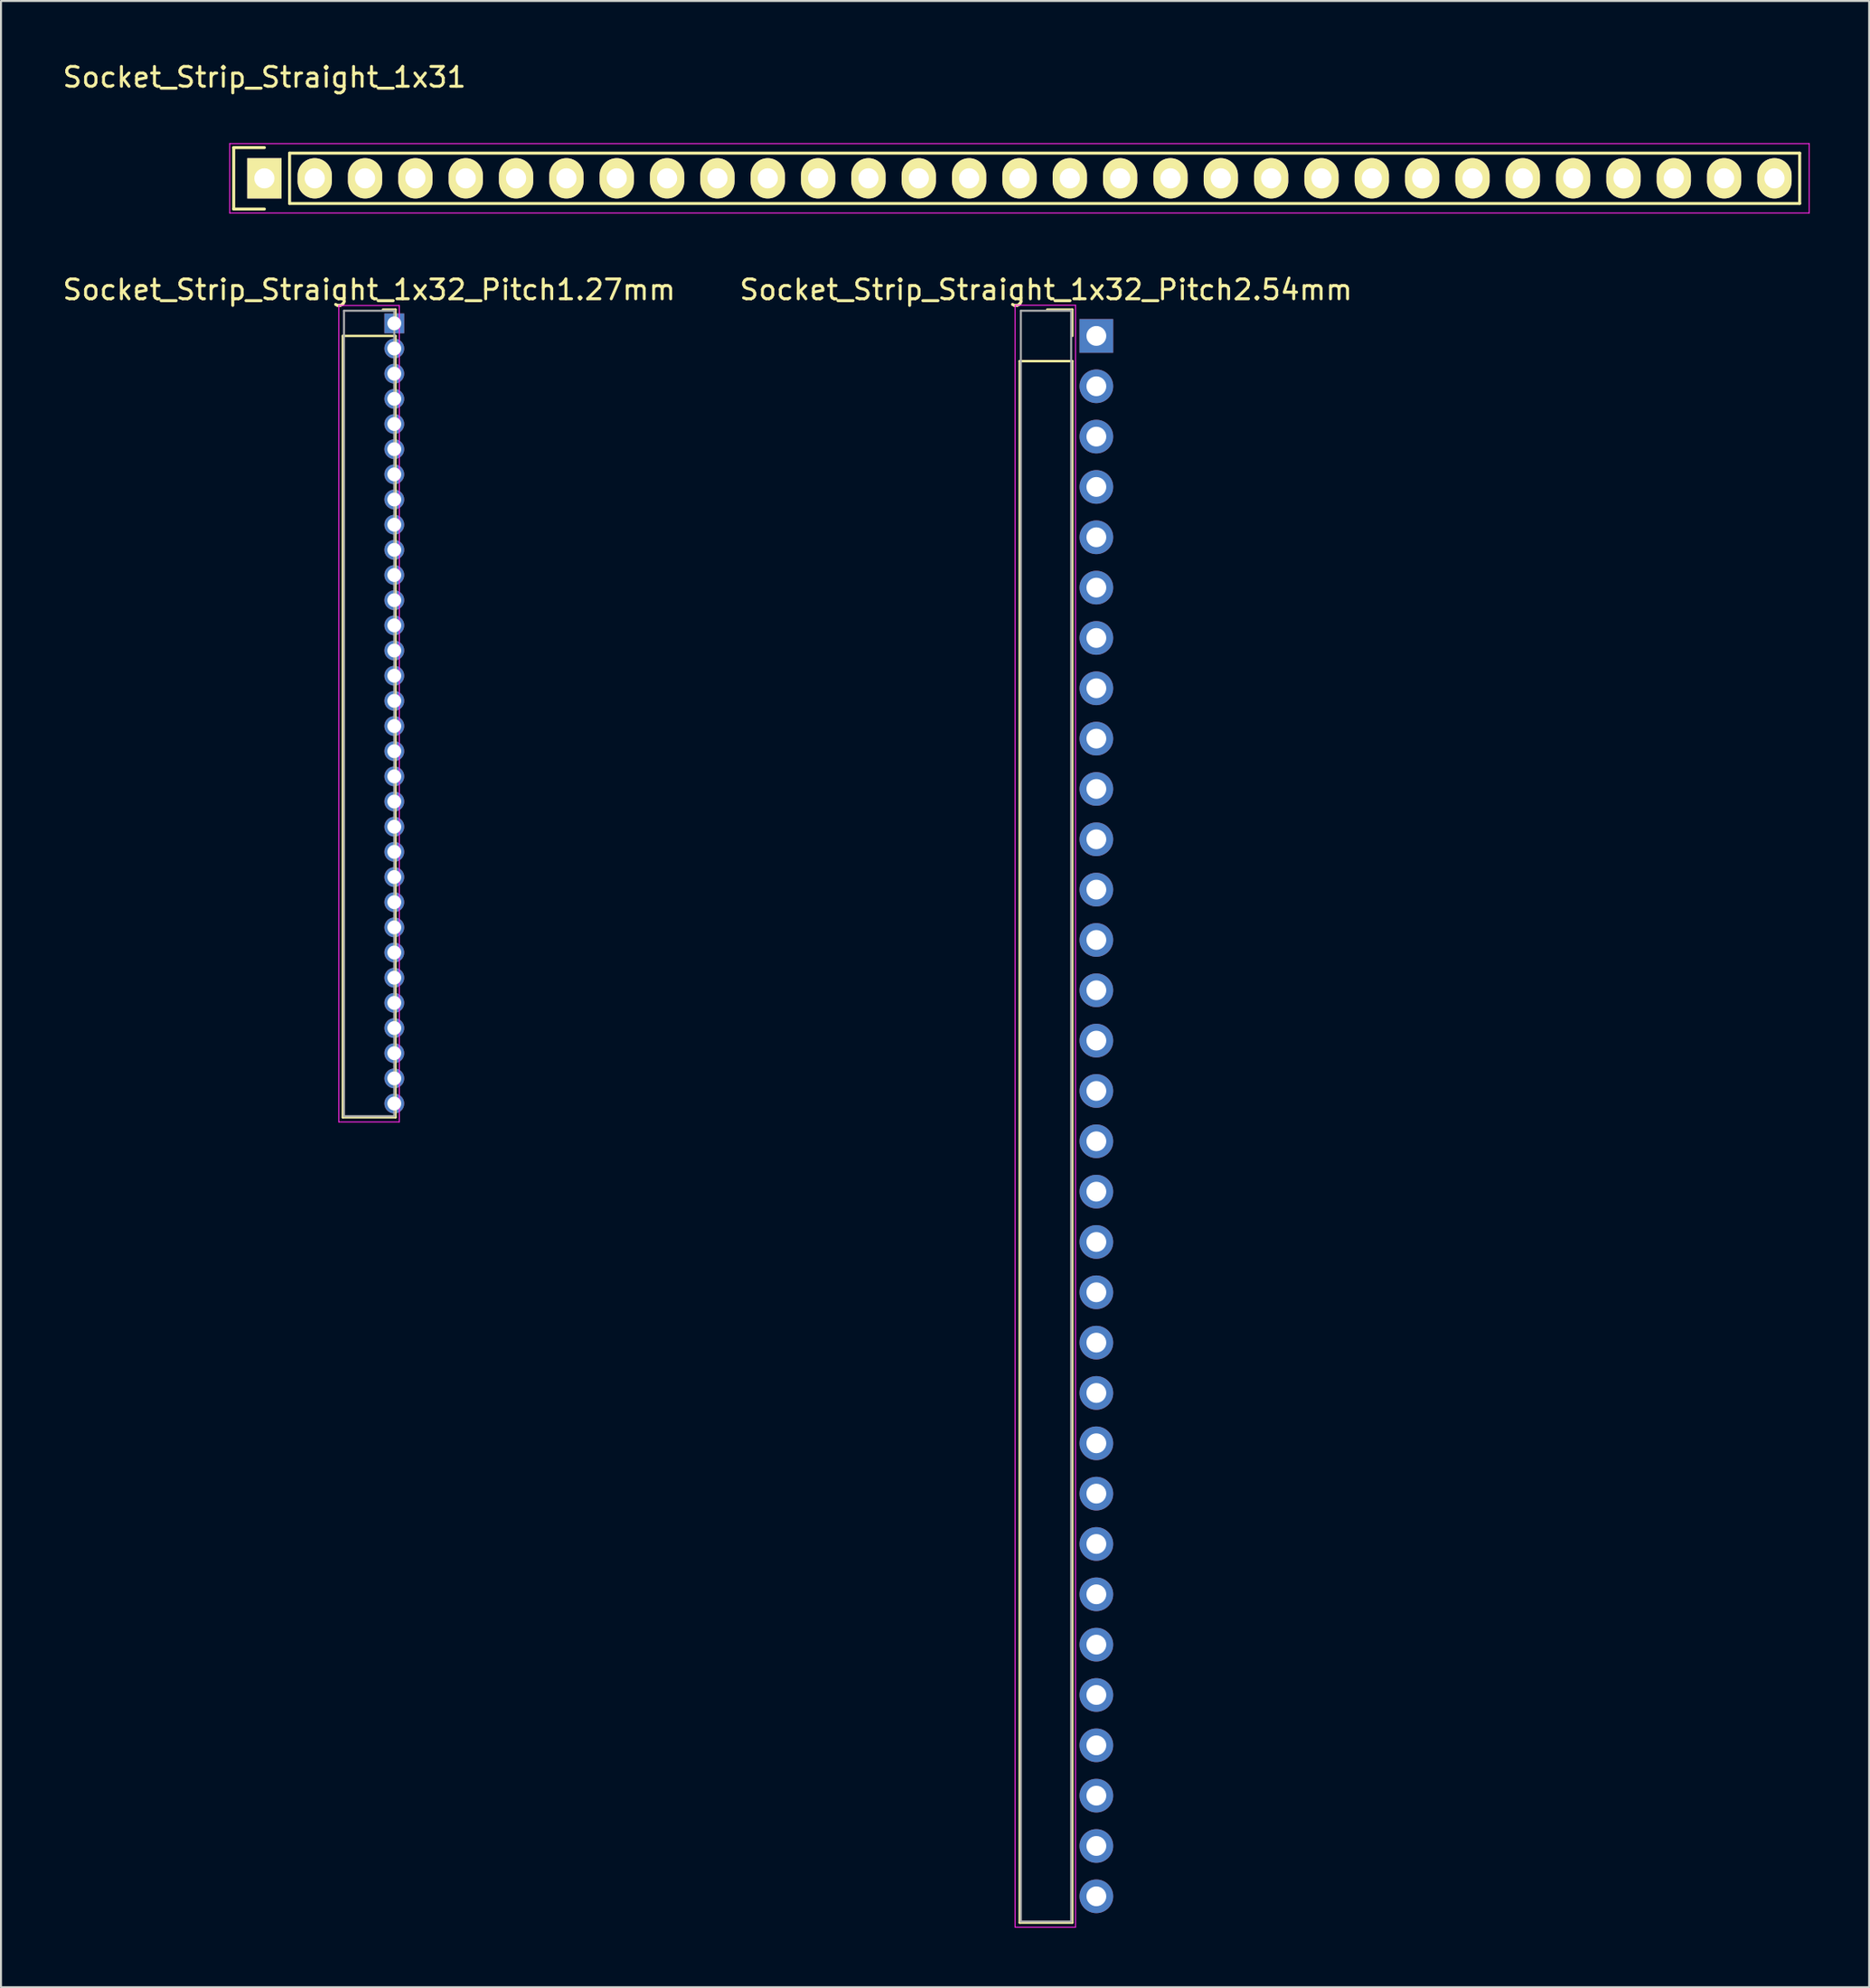
<source format=kicad_pcb>
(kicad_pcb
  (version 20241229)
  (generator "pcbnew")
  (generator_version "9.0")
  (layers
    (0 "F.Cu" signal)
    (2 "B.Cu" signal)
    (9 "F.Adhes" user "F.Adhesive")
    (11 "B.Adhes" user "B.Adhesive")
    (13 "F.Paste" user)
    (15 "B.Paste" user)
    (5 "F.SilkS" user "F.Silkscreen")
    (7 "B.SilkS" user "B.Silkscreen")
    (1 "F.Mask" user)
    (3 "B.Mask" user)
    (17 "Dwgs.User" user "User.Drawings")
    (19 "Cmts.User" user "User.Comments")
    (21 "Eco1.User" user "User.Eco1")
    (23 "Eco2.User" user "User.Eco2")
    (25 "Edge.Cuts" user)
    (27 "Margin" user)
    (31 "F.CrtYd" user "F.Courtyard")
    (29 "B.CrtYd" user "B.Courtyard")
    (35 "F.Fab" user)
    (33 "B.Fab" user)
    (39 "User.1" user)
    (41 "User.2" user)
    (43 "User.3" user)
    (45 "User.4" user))
  (footprint "Socket_Strip_Straight_1x32_Pitch1.27mm"
    (layer "F.Cu")
    (at 16.847 13.267)
    (property "Reference" "Socket_Strip_Straight_1x32_Pitch1.27mm" (at -1.27 -1.695 0) (layer "F.SilkS") (effects (font (size 1 1) (thickness 0.15))))
    (attr through_hole)
    (fp_line (start -2.6 0.635) (end -2.6 40.065) (stroke (width 0.12) (type solid)) (layer "F.SilkS"))
    (fp_line (start -2.6 40.065) (end 0.06 40.065) (stroke (width 0.12) (type solid)) (layer "F.SilkS"))
    (fp_line (start 0.06 -0.695) (end -0.575 -0.695) (stroke (width 0.12) (type solid)) (layer "F.SilkS"))
    (fp_line (start 0.06 0) (end 0.06 -0.695) (stroke (width 0.12) (type solid)) (layer "F.SilkS"))
    (fp_line (start 0.06 0.635) (end -2.6 0.635) (stroke (width 0.12) (type solid)) (layer "F.SilkS"))
    (fp_line (start 0.06 40.065) (end 0.06 0.635) (stroke (width 0.12) (type solid)) (layer "F.SilkS"))
    (fp_line (start -2.8 -0.9) (end -2.8 40.3) (stroke (width 0.05) (type solid)) (layer "F.CrtYd"))
    (fp_line (start -2.8 40.3) (end 0.25 40.3) (stroke (width 0.05) (type solid)) (layer "F.CrtYd"))
    (fp_line (start 0.25 -0.9) (end -2.8 -0.9) (stroke (width 0.05) (type solid)) (layer "F.CrtYd"))
    (fp_line (start 0.25 40.3) (end 0.25 -0.9) (stroke (width 0.05) (type solid)) (layer "F.CrtYd"))
    (fp_line (start -2.54 -0.635) (end -2.54 40.005) (stroke (width 0.1) (type solid)) (layer "F.Fab"))
    (fp_line (start -2.54 40.005) (end 0 40.005) (stroke (width 0.1) (type solid)) (layer "F.Fab"))
    (fp_line (start 0 -0.635) (end -2.54 -0.635) (stroke (width 0.1) (type solid)) (layer "F.Fab"))
    (fp_line (start 0 40.005) (end 0 -0.635) (stroke (width 0.1) (type solid)) (layer "F.Fab"))
    (pad "1" thru_hole rect (at 0 0) (size 1 1) (drill 0.7) (layers "*.Cu" "*.Mask"))
    (pad "2" thru_hole oval (at 0 1.27) (size 1 1) (drill 0.7) (layers "*.Cu" "*.Mask"))
    (pad "3" thru_hole oval (at 0 2.54) (size 1 1) (drill 0.7) (layers "*.Cu" "*.Mask"))
    (pad "4" thru_hole oval (at 0 3.81) (size 1 1) (drill 0.7) (layers "*.Cu" "*.Mask"))
    (pad "5" thru_hole oval (at 0 5.08) (size 1 1) (drill 0.7) (layers "*.Cu" "*.Mask"))
    (pad "6" thru_hole oval (at 0 6.35) (size 1 1) (drill 0.7) (layers "*.Cu" "*.Mask"))
    (pad "7" thru_hole oval (at 0 7.62) (size 1 1) (drill 0.7) (layers "*.Cu" "*.Mask"))
    (pad "8" thru_hole oval (at 0 8.89) (size 1 1) (drill 0.7) (layers "*.Cu" "*.Mask"))
    (pad "9" thru_hole oval (at 0 10.16) (size 1 1) (drill 0.7) (layers "*.Cu" "*.Mask"))
    (pad "10" thru_hole oval (at 0 11.43) (size 1 1) (drill 0.7) (layers "*.Cu" "*.Mask"))
    (pad "11" thru_hole oval (at 0 12.7) (size 1 1) (drill 0.7) (layers "*.Cu" "*.Mask"))
    (pad "12" thru_hole oval (at 0 13.97) (size 1 1) (drill 0.7) (layers "*.Cu" "*.Mask"))
    (pad "13" thru_hole oval (at 0 15.24) (size 1 1) (drill 0.7) (layers "*.Cu" "*.Mask"))
    (pad "14" thru_hole oval (at 0 16.51) (size 1 1) (drill 0.7) (layers "*.Cu" "*.Mask"))
    (pad "15" thru_hole oval (at 0 17.78) (size 1 1) (drill 0.7) (layers "*.Cu" "*.Mask"))
    (pad "16" thru_hole oval (at 0 19.05) (size 1 1) (drill 0.7) (layers "*.Cu" "*.Mask"))
    (pad "17" thru_hole oval (at 0 20.32) (size 1 1) (drill 0.7) (layers "*.Cu" "*.Mask"))
    (pad "18" thru_hole oval (at 0 21.59) (size 1 1) (drill 0.7) (layers "*.Cu" "*.Mask"))
    (pad "19" thru_hole oval (at 0 22.86) (size 1 1) (drill 0.7) (layers "*.Cu" "*.Mask"))
    (pad "20" thru_hole oval (at 0 24.13) (size 1 1) (drill 0.7) (layers "*.Cu" "*.Mask"))
    (pad "21" thru_hole oval (at 0 25.4) (size 1 1) (drill 0.7) (layers "*.Cu" "*.Mask"))
    (pad "22" thru_hole oval (at 0 26.67) (size 1 1) (drill 0.7) (layers "*.Cu" "*.Mask"))
    (pad "23" thru_hole oval (at 0 27.94) (size 1 1) (drill 0.7) (layers "*.Cu" "*.Mask"))
    (pad "24" thru_hole oval (at 0 29.21) (size 1 1) (drill 0.7) (layers "*.Cu" "*.Mask"))
    (pad "25" thru_hole oval (at 0 30.48) (size 1 1) (drill 0.7) (layers "*.Cu" "*.Mask"))
    (pad "26" thru_hole oval (at 0 31.75) (size 1 1) (drill 0.7) (layers "*.Cu" "*.Mask"))
    (pad "27" thru_hole oval (at 0 33.02) (size 1 1) (drill 0.7) (layers "*.Cu" "*.Mask"))
    (pad "28" thru_hole oval (at 0 34.29) (size 1 1) (drill 0.7) (layers "*.Cu" "*.Mask"))
    (pad "29" thru_hole oval (at 0 35.56) (size 1 1) (drill 0.7) (layers "*.Cu" "*.Mask"))
    (pad "30" thru_hole oval (at 0 36.83) (size 1 1) (drill 0.7) (layers "*.Cu" "*.Mask"))
    (pad "31" thru_hole oval (at 0 38.1) (size 1 1) (drill 0.7) (layers "*.Cu" "*.Mask"))
    (pad "32" thru_hole oval (at 0 39.37) (size 1 1) (drill 0.7) (layers "*.Cu" "*.Mask")))
  (footprint "Socket_Strip_Straight_1x31"
    (layer "F.Cu")
    (at 10.292 5.948)
    (property "Reference" "Socket_Strip_Straight_1x31" (at 0 -5.1 0) (layer "F.SilkS") (effects (font (size 1 1) (thickness 0.15))))
    (attr through_hole)
    (fp_line (start -1.55 -1.55) (end -1.55 1.55) (stroke (width 0.15) (type solid)) (layer "F.SilkS"))
    (fp_line (start -1.55 1.55) (end 0 1.55) (stroke (width 0.15) (type solid)) (layer "F.SilkS"))
    (fp_line (start 0 -1.55) (end -1.55 -1.55) (stroke (width 0.15) (type solid)) (layer "F.SilkS"))
    (fp_line (start 1.27 -1.27) (end 77.47 -1.27) (stroke (width 0.15) (type solid)) (layer "F.SilkS"))
    (fp_line (start 1.27 1.27) (end 1.27 -1.27) (stroke (width 0.15) (type solid)) (layer "F.SilkS"))
    (fp_line (start 77.47 -1.27) (end 77.47 1.27) (stroke (width 0.15) (type solid)) (layer "F.SilkS"))
    (fp_line (start 77.47 1.27) (end 1.27 1.27) (stroke (width 0.15) (type solid)) (layer "F.SilkS"))
    (fp_line (start -1.75 -1.75) (end -1.75 1.75) (stroke (width 0.05) (type solid)) (layer "F.CrtYd"))
    (fp_line (start -1.75 -1.75) (end 77.95 -1.75) (stroke (width 0.05) (type solid)) (layer "F.CrtYd"))
    (fp_line (start -1.75 1.75) (end 77.95 1.75) (stroke (width 0.05) (type solid)) (layer "F.CrtYd"))
    (fp_line (start 77.95 -1.75) (end 77.95 1.75) (stroke (width 0.05) (type solid)) (layer "F.CrtYd"))
    (pad "1" thru_hole rect (at 0 0) (size 1.727 2.032) (drill 1.016) (layers "*.Cu" "*.Mask" "F.SilkS"))
    (pad "2" thru_hole oval (at 2.54 0) (size 1.727 2.032) (drill 1.016) (layers "*.Cu" "*.Mask" "F.SilkS"))
    (pad "3" thru_hole oval (at 5.08 0) (size 1.727 2.032) (drill 1.016) (layers "*.Cu" "*.Mask" "F.SilkS"))
    (pad "4" thru_hole oval (at 7.62 0) (size 1.727 2.032) (drill 1.016) (layers "*.Cu" "*.Mask" "F.SilkS"))
    (pad "5" thru_hole oval (at 10.16 0) (size 1.727 2.032) (drill 1.016) (layers "*.Cu" "*.Mask" "F.SilkS"))
    (pad "6" thru_hole oval (at 12.7 0) (size 1.727 2.032) (drill 1.016) (layers "*.Cu" "*.Mask" "F.SilkS"))
    (pad "7" thru_hole oval (at 15.24 0) (size 1.727 2.032) (drill 1.016) (layers "*.Cu" "*.Mask" "F.SilkS"))
    (pad "8" thru_hole oval (at 17.78 0) (size 1.727 2.032) (drill 1.016) (layers "*.Cu" "*.Mask" "F.SilkS"))
    (pad "9" thru_hole oval (at 20.32 0) (size 1.727 2.032) (drill 1.016) (layers "*.Cu" "*.Mask" "F.SilkS"))
    (pad "10" thru_hole oval (at 22.86 0) (size 1.727 2.032) (drill 1.016) (layers "*.Cu" "*.Mask" "F.SilkS"))
    (pad "11" thru_hole oval (at 25.4 0) (size 1.727 2.032) (drill 1.016) (layers "*.Cu" "*.Mask" "F.SilkS"))
    (pad "12" thru_hole oval (at 27.94 0) (size 1.727 2.032) (drill 1.016) (layers "*.Cu" "*.Mask" "F.SilkS"))
    (pad "13" thru_hole oval (at 30.48 0) (size 1.727 2.032) (drill 1.016) (layers "*.Cu" "*.Mask" "F.SilkS"))
    (pad "14" thru_hole oval (at 33.02 0) (size 1.727 2.032) (drill 1.016) (layers "*.Cu" "*.Mask" "F.SilkS"))
    (pad "15" thru_hole oval (at 35.56 0) (size 1.727 2.032) (drill 1.016) (layers "*.Cu" "*.Mask" "F.SilkS"))
    (pad "16" thru_hole oval (at 38.1 0) (size 1.727 2.032) (drill 1.016) (layers "*.Cu" "*.Mask" "F.SilkS"))
    (pad "17" thru_hole oval (at 40.64 0) (size 1.727 2.032) (drill 1.016) (layers "*.Cu" "*.Mask" "F.SilkS"))
    (pad "18" thru_hole oval (at 43.18 0) (size 1.727 2.032) (drill 1.016) (layers "*.Cu" "*.Mask" "F.SilkS"))
    (pad "19" thru_hole oval (at 45.72 0) (size 1.727 2.032) (drill 1.016) (layers "*.Cu" "*.Mask" "F.SilkS"))
    (pad "20" thru_hole oval (at 48.26 0) (size 1.727 2.032) (drill 1.016) (layers "*.Cu" "*.Mask" "F.SilkS"))
    (pad "21" thru_hole oval (at 50.8 0) (size 1.727 2.032) (drill 1.016) (layers "*.Cu" "*.Mask" "F.SilkS"))
    (pad "22" thru_hole oval (at 53.34 0) (size 1.727 2.032) (drill 1.016) (layers "*.Cu" "*.Mask" "F.SilkS"))
    (pad "23" thru_hole oval (at 55.88 0) (size 1.727 2.032) (drill 1.016) (layers "*.Cu" "*.Mask" "F.SilkS"))
    (pad "24" thru_hole oval (at 58.42 0) (size 1.727 2.032) (drill 1.016) (layers "*.Cu" "*.Mask" "F.SilkS"))
    (pad "25" thru_hole oval (at 60.96 0) (size 1.727 2.032) (drill 1.016) (layers "*.Cu" "*.Mask" "F.SilkS"))
    (pad "26" thru_hole oval (at 63.5 0) (size 1.727 2.032) (drill 1.016) (layers "*.Cu" "*.Mask" "F.SilkS"))
    (pad "27" thru_hole oval (at 66.04 0) (size 1.727 2.032) (drill 1.016) (layers "*.Cu" "*.Mask" "F.SilkS"))
    (pad "28" thru_hole oval (at 68.58 0) (size 1.727 2.032) (drill 1.016) (layers "*.Cu" "*.Mask" "F.SilkS"))
    (pad "29" thru_hole oval (at 71.12 0) (size 1.727 2.032) (drill 1.016) (layers "*.Cu" "*.Mask" "F.SilkS"))
    (pad "30" thru_hole oval (at 73.66 0) (size 1.727 2.032) (drill 1.016) (layers "*.Cu" "*.Mask" "F.SilkS"))
    (pad "31" thru_hole oval (at 76.2 0) (size 1.727 2.032) (drill 1.016) (layers "*.Cu" "*.Mask" "F.SilkS")))
  (footprint "Socket_Strip_Straight_1x32_Pitch2.54mm"
    (layer "F.Cu")
    (at 52.272 13.902)
    (property "Reference" "Socket_Strip_Straight_1x32_Pitch2.54mm" (at -2.54 -2.33 0) (layer "F.SilkS") (effects (font (size 1 1) (thickness 0.15))))
    (attr through_hole)
    (fp_line (start -3.87 1.27) (end -3.87 80.07) (stroke (width 0.12) (type solid)) (layer "F.SilkS"))
    (fp_line (start -3.87 80.07) (end -1.21 80.07) (stroke (width 0.12) (type solid)) (layer "F.SilkS"))
    (fp_line (start -1.21 -1.33) (end -2.48 -1.33) (stroke (width 0.12) (type solid)) (layer "F.SilkS"))
    (fp_line (start -1.21 0) (end -1.21 -1.33) (stroke (width 0.12) (type solid)) (layer "F.SilkS"))
    (fp_line (start -1.21 1.27) (end -3.87 1.27) (stroke (width 0.12) (type solid)) (layer "F.SilkS"))
    (fp_line (start -1.21 80.07) (end -1.21 1.27) (stroke (width 0.12) (type solid)) (layer "F.SilkS"))
    (fp_line (start -4.1 -1.55) (end -4.1 80.3) (stroke (width 0.05) (type solid)) (layer "F.CrtYd"))
    (fp_line (start -4.1 80.3) (end -1.05 80.3) (stroke (width 0.05) (type solid)) (layer "F.CrtYd"))
    (fp_line (start -1.05 -1.55) (end -4.1 -1.55) (stroke (width 0.05) (type solid)) (layer "F.CrtYd"))
    (fp_line (start -1.05 80.3) (end -1.05 -1.55) (stroke (width 0.05) (type solid)) (layer "F.CrtYd"))
    (fp_line (start -3.81 -1.27) (end -3.81 80.01) (stroke (width 0.1) (type solid)) (layer "F.Fab"))
    (fp_line (start -3.81 80.01) (end -1.27 80.01) (stroke (width 0.1) (type solid)) (layer "F.Fab"))
    (fp_line (start -1.27 -1.27) (end -3.81 -1.27) (stroke (width 0.1) (type solid)) (layer "F.Fab"))
    (fp_line (start -1.27 80.01) (end -1.27 -1.27) (stroke (width 0.1) (type solid)) (layer "F.Fab"))
    (pad "1" thru_hole rect (at 0 0) (size 1.7 1.7) (drill 1) (layers "*.Cu" "*.Mask"))
    (pad "2" thru_hole oval (at 0 2.54) (size 1.7 1.7) (drill 1) (layers "*.Cu" "*.Mask"))
    (pad "3" thru_hole oval (at 0 5.08) (size 1.7 1.7) (drill 1) (layers "*.Cu" "*.Mask"))
    (pad "4" thru_hole oval (at 0 7.62) (size 1.7 1.7) (drill 1) (layers "*.Cu" "*.Mask"))
    (pad "5" thru_hole oval (at 0 10.16) (size 1.7 1.7) (drill 1) (layers "*.Cu" "*.Mask"))
    (pad "6" thru_hole oval (at 0 12.7) (size 1.7 1.7) (drill 1) (layers "*.Cu" "*.Mask"))
    (pad "7" thru_hole oval (at 0 15.24) (size 1.7 1.7) (drill 1) (layers "*.Cu" "*.Mask"))
    (pad "8" thru_hole oval (at 0 17.78) (size 1.7 1.7) (drill 1) (layers "*.Cu" "*.Mask"))
    (pad "9" thru_hole oval (at 0 20.32) (size 1.7 1.7) (drill 1) (layers "*.Cu" "*.Mask"))
    (pad "10" thru_hole oval (at 0 22.86) (size 1.7 1.7) (drill 1) (layers "*.Cu" "*.Mask"))
    (pad "11" thru_hole oval (at 0 25.4) (size 1.7 1.7) (drill 1) (layers "*.Cu" "*.Mask"))
    (pad "12" thru_hole oval (at 0 27.94) (size 1.7 1.7) (drill 1) (layers "*.Cu" "*.Mask"))
    (pad "13" thru_hole oval (at 0 30.48) (size 1.7 1.7) (drill 1) (layers "*.Cu" "*.Mask"))
    (pad "14" thru_hole oval (at 0 33.02) (size 1.7 1.7) (drill 1) (layers "*.Cu" "*.Mask"))
    (pad "15" thru_hole oval (at 0 35.56) (size 1.7 1.7) (drill 1) (layers "*.Cu" "*.Mask"))
    (pad "16" thru_hole oval (at 0 38.1) (size 1.7 1.7) (drill 1) (layers "*.Cu" "*.Mask"))
    (pad "17" thru_hole oval (at 0 40.64) (size 1.7 1.7) (drill 1) (layers "*.Cu" "*.Mask"))
    (pad "18" thru_hole oval (at 0 43.18) (size 1.7 1.7) (drill 1) (layers "*.Cu" "*.Mask"))
    (pad "19" thru_hole oval (at 0 45.72) (size 1.7 1.7) (drill 1) (layers "*.Cu" "*.Mask"))
    (pad "20" thru_hole oval (at 0 48.26) (size 1.7 1.7) (drill 1) (layers "*.Cu" "*.Mask"))
    (pad "21" thru_hole oval (at 0 50.8) (size 1.7 1.7) (drill 1) (layers "*.Cu" "*.Mask"))
    (pad "22" thru_hole oval (at 0 53.34) (size 1.7 1.7) (drill 1) (layers "*.Cu" "*.Mask"))
    (pad "23" thru_hole oval (at 0 55.88) (size 1.7 1.7) (drill 1) (layers "*.Cu" "*.Mask"))
    (pad "24" thru_hole oval (at 0 58.42) (size 1.7 1.7) (drill 1) (layers "*.Cu" "*.Mask"))
    (pad "25" thru_hole oval (at 0 60.96) (size 1.7 1.7) (drill 1) (layers "*.Cu" "*.Mask"))
    (pad "26" thru_hole oval (at 0 63.5) (size 1.7 1.7) (drill 1) (layers "*.Cu" "*.Mask"))
    (pad "27" thru_hole oval (at 0 66.04) (size 1.7 1.7) (drill 1) (layers "*.Cu" "*.Mask"))
    (pad "28" thru_hole oval (at 0 68.58) (size 1.7 1.7) (drill 1) (layers "*.Cu" "*.Mask"))
    (pad "29" thru_hole oval (at 0 71.12) (size 1.7 1.7) (drill 1) (layers "*.Cu" "*.Mask"))
    (pad "30" thru_hole oval (at 0 73.66) (size 1.7 1.7) (drill 1) (layers "*.Cu" "*.Mask"))
    (pad "31" thru_hole oval (at 0 76.2) (size 1.7 1.7) (drill 1) (layers "*.Cu" "*.Mask"))
    (pad "32" thru_hole oval (at 0 78.74) (size 1.7 1.7) (drill 1) (layers "*.Cu" "*.Mask")))
  (gr_rect
    (start -3 -3)
    (end 91.267 97.227)
    (stroke (width 0.1) (type default))
    (fill no)
    (layer "Edge.Cuts")))
</source>
